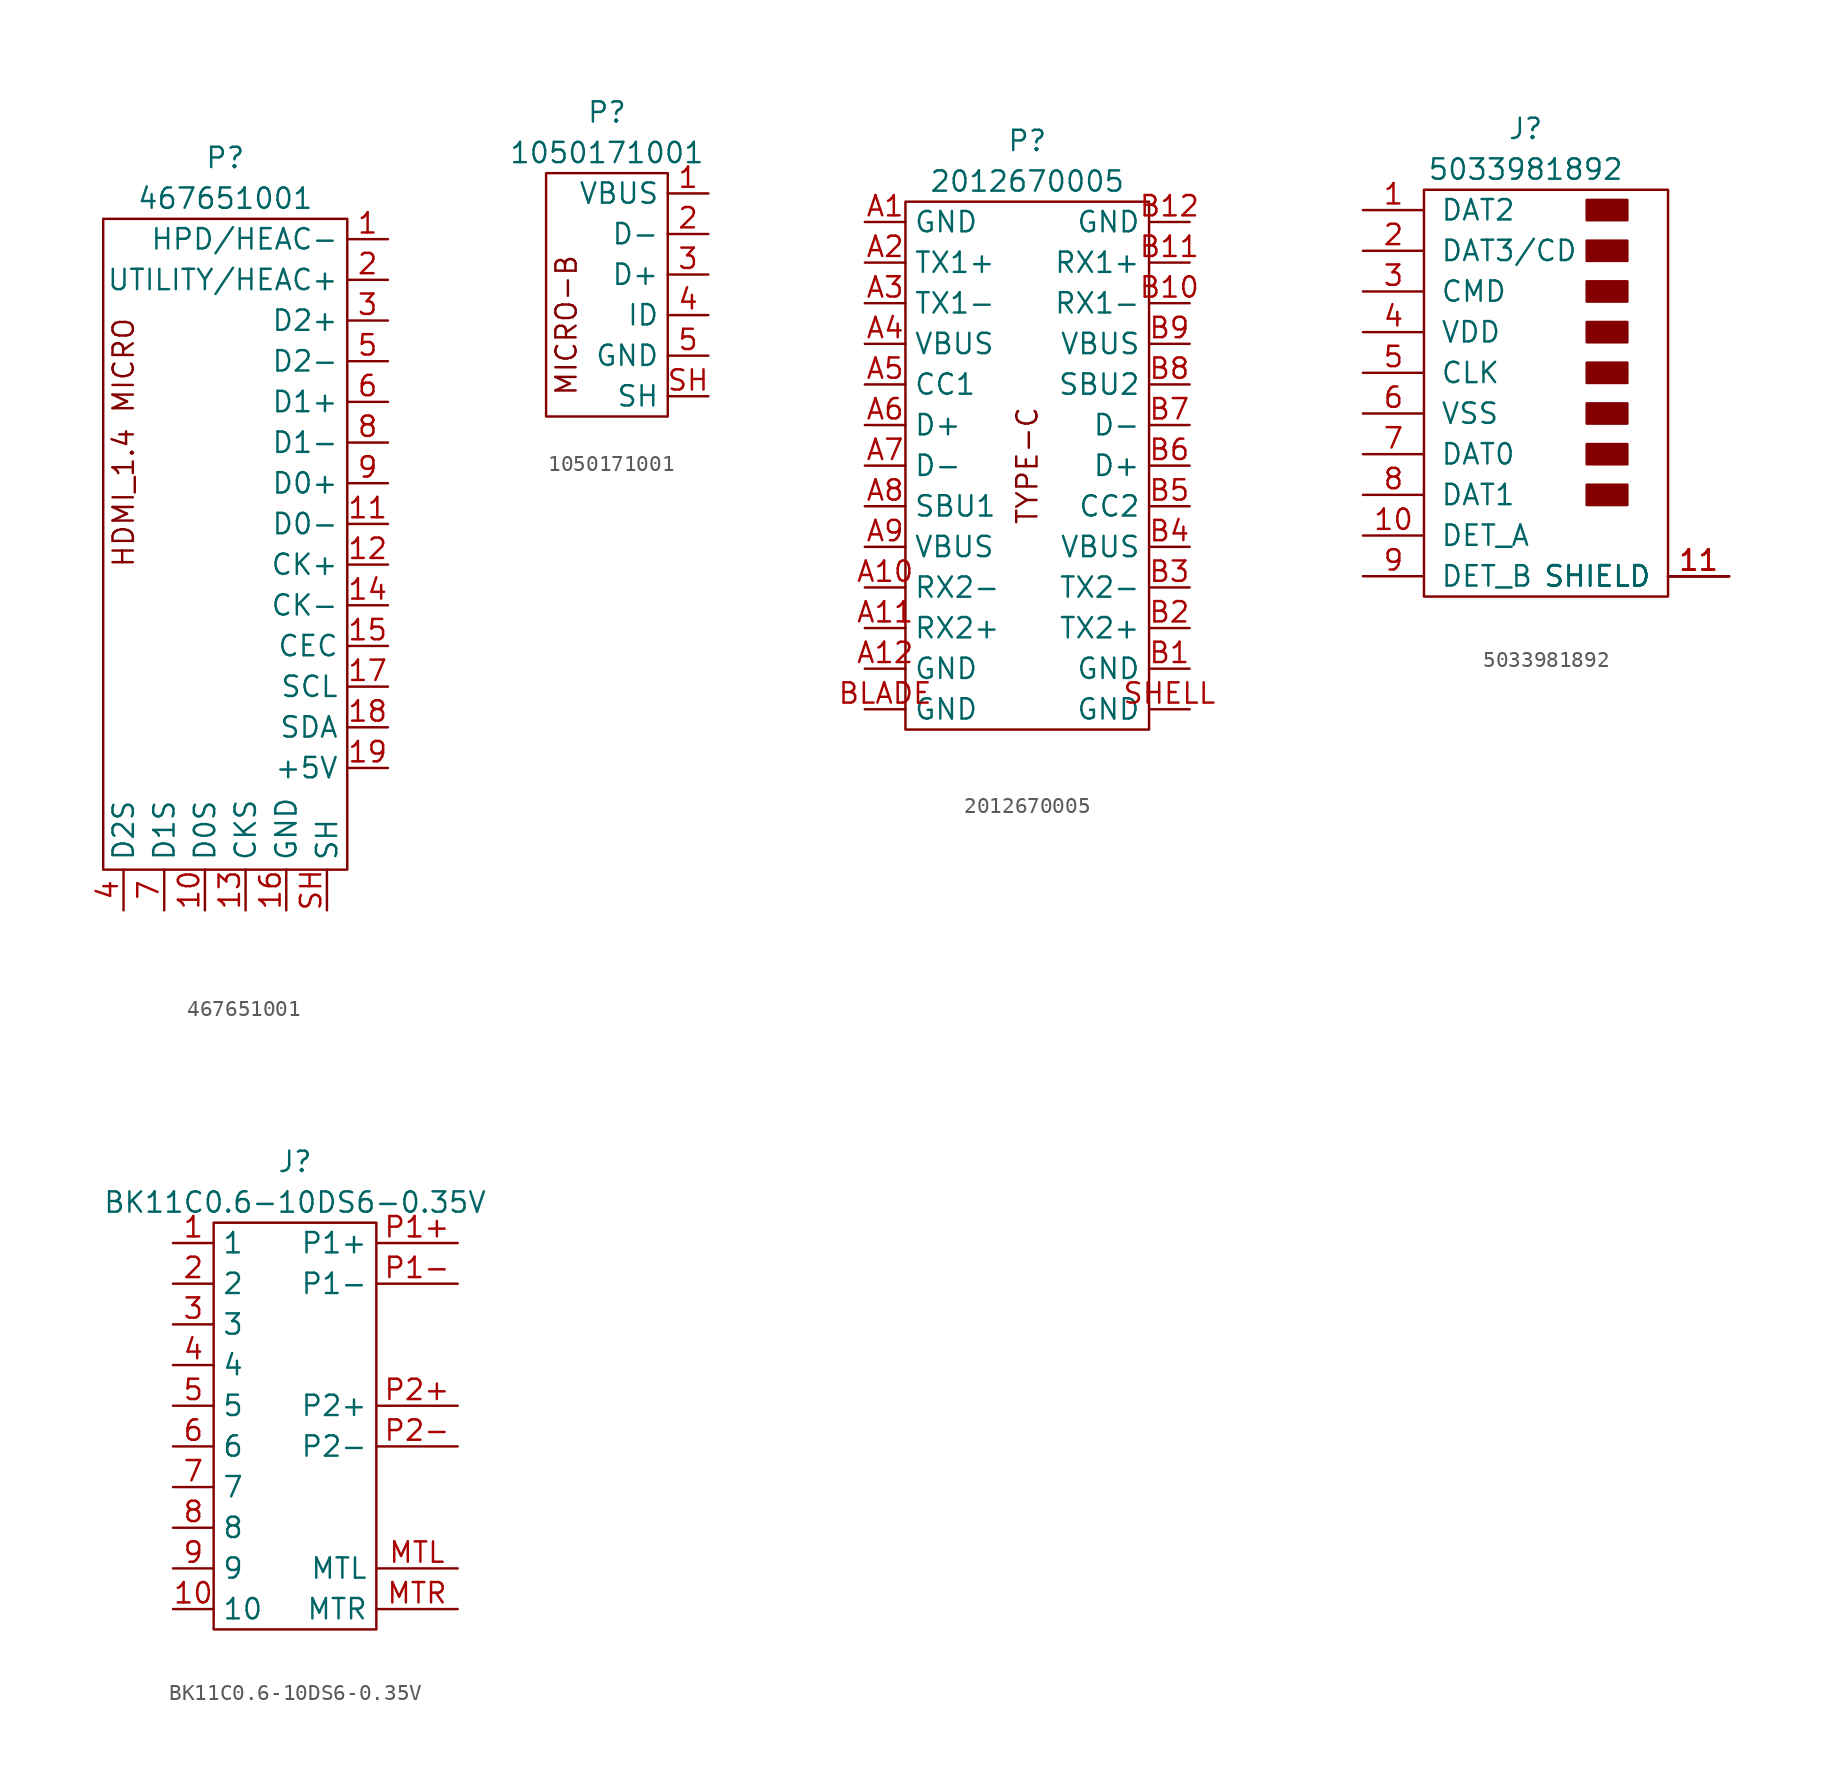
<source format=kicad_sym>
(kicad_symbol_lib
  (version 20220914)
  (generator kicad_symbol_editor)
  (symbol "467651001"
    (property "Reference" "P"
      (at 0 24.13 0)
      (effects (font (size 1.27 1.27))))
    (property "Value" "467651001"
      (at 0 21.59 0)
      (effects (font (size 1.27 1.27))))
    (symbol "467651001_0_1"
      (rectangle (start -7.62 20.32) (end 7.62 -20.32) (stroke (width 0) (type default)) (fill (type none))))
    (symbol "467651001_1_1"
      (text "HDMI_1.4 MICRO" (at -6.35 6.35 900) (effects (font (size 1.27 1.27))))
      (pin passive line (at 10.16 19.05 180) (length 2.54) (name "HPD/HEAC-" (effects (font (size 1.27 1.27)))) (number "1" (effects (font (size 1.27 1.27)))))
      (pin power_in line (at -1.27 -22.86 90) (length 2.54) (name "D0S" (effects (font (size 1.27 1.27)))) (number "10" (effects (font (size 1.27 1.27)))))
      (pin passive line (at 10.16 1.27 180) (length 2.54) (name "D0-" (effects (font (size 1.27 1.27)))) (number "11" (effects (font (size 1.27 1.27)))))
      (pin passive line (at 10.16 -1.27 180) (length 2.54) (name "CK+" (effects (font (size 1.27 1.27)))) (number "12" (effects (font (size 1.27 1.27)))))
      (pin power_in line (at 1.27 -22.86 90) (length 2.54) (name "CKS" (effects (font (size 1.27 1.27)))) (number "13" (effects (font (size 1.27 1.27)))))
      (pin passive line (at 10.16 -3.81 180) (length 2.54) (name "CK-" (effects (font (size 1.27 1.27)))) (number "14" (effects (font (size 1.27 1.27)))))
      (pin bidirectional line (at 10.16 -6.35 180) (length 2.54) (name "CEC" (effects (font (size 1.27 1.27)))) (number "15" (effects (font (size 1.27 1.27)))))
      (pin power_in line (at 3.81 -22.86 90) (length 2.54) (name "GND" (effects (font (size 1.27 1.27)))) (number "16" (effects (font (size 1.27 1.27)))))
      (pin passive line (at 10.16 -8.89 180) (length 2.54) (name "SCL" (effects (font (size 1.27 1.27)))) (number "17" (effects (font (size 1.27 1.27)))))
      (pin bidirectional line (at 10.16 -11.43 180) (length 2.54) (name "SDA" (effects (font (size 1.27 1.27)))) (number "18" (effects (font (size 1.27 1.27)))))
      (pin power_in line (at 10.16 -13.97 180) (length 2.54) (name "+5V" (effects (font (size 1.27 1.27)))) (number "19" (effects (font (size 1.27 1.27)))))
      (pin passive line (at 10.16 16.51 180) (length 2.54) (name "UTILITY/HEAC+" (effects (font (size 1.27 1.27)))) (number "2" (effects (font (size 1.27 1.27)))))
      (pin passive line (at 10.16 13.97 180) (length 2.54) (name "D2+" (effects (font (size 1.27 1.27)))) (number "3" (effects (font (size 1.27 1.27)))))
      (pin power_in line (at -6.35 -22.86 90) (length 2.54) (name "D2S" (effects (font (size 1.27 1.27)))) (number "4" (effects (font (size 1.27 1.27)))))
      (pin passive line (at 10.16 11.43 180) (length 2.54) (name "D2-" (effects (font (size 1.27 1.27)))) (number "5" (effects (font (size 1.27 1.27)))))
      (pin passive line (at 10.16 8.89 180) (length 2.54) (name "D1+" (effects (font (size 1.27 1.27)))) (number "6" (effects (font (size 1.27 1.27)))))
      (pin power_in line (at -3.81 -22.86 90) (length 2.54) (name "D1S" (effects (font (size 1.27 1.27)))) (number "7" (effects (font (size 1.27 1.27)))))
      (pin passive line (at 10.16 6.35 180) (length 2.54) (name "D1-" (effects (font (size 1.27 1.27)))) (number "8" (effects (font (size 1.27 1.27)))))
      (pin passive line (at 10.16 3.81 180) (length 2.54) (name "D0+" (effects (font (size 1.27 1.27)))) (number "9" (effects (font (size 1.27 1.27)))))
      (pin passive line (at 6.35 -22.86 90) (length 2.54) (name "SH" (effects (font (size 1.27 1.27)))) (number "SH" (effects (font (size 1.27 1.27)))))))
  (symbol "1050171001"
    (property "Reference" "P"
      (at 0 11.43 0)
      (effects (font (size 1.27 1.27))))
    (property "Value" "1050171001"
      (at 0 8.89 0)
      (effects (font (size 1.27 1.27))))
    (symbol "1050171001_0_0"
      (pin passive line (at 6.35 -1.27 180) (length 2.54) (name "ID" (effects (font (size 1.27 1.27)))) (number "4" (effects (font (size 1.27 1.27)))))
      (pin passive line (at 6.35 -3.81 180) (length 2.54) (name "GND" (effects (font (size 1.27 1.27)))) (number "5" (effects (font (size 1.27 1.27))))))
    (symbol "1050171001_0_1"
      (rectangle (start -3.81 7.62) (end 3.81 -7.62) (stroke (width 0) (type default)) (fill (type none))))
    (symbol "1050171001_1_0"
      (pin passive line (at 6.35 6.35 180) (length 2.54) (name "VBUS" (effects (font (size 1.27 1.27)))) (number "1" (effects (font (size 1.27 1.27)))))
      (pin passive line (at 6.35 3.81 180) (length 2.54) (name "D-" (effects (font (size 1.27 1.27)))) (number "2" (effects (font (size 1.27 1.27)))))
      (pin passive line (at 6.35 1.27 180) (length 2.54) (name "D+" (effects (font (size 1.27 1.27)))) (number "3" (effects (font (size 1.27 1.27)))))
      (pin passive line (at 6.35 -6.35 180) (length 2.54) (name "SH" (effects (font (size 1.27 1.27)))) (number "SH" (effects (font (size 1.27 1.27))))))
    (symbol "1050171001_1_1"
      (text "MICRO-B" (at -2.54 -1.905 900) (effects (font (size 1.27 1.27))))))
  (symbol "2012670005"
    (property "Reference" "P"
      (at 0 20.32 0)
      (effects (font (size 1.27 1.27))))
    (property "Value" "2012670005"
      (at 0 17.78 0)
      (effects (font (size 1.27 1.27))))
    (symbol "2012670005_0_0"
      (pin passive line (at -10.16 15.24 0) (length 2.54) (name "GND" (effects (font (size 1.27 1.27)))) (number "A1" (effects (font (size 1.27 1.27)))))
      (pin passive line (at -10.16 -7.62 0) (length 2.54) (name "RX2-" (effects (font (size 1.27 1.27)))) (number "A10" (effects (font (size 1.27 1.27)))))
      (pin passive line (at -10.16 -10.16 0) (length 2.54) (name "RX2+" (effects (font (size 1.27 1.27)))) (number "A11" (effects (font (size 1.27 1.27)))))
      (pin passive line (at -10.16 -12.7 0) (length 2.54) (name "GND" (effects (font (size 1.27 1.27)))) (number "A12" (effects (font (size 1.27 1.27)))))
      (pin passive line (at -10.16 12.7 0) (length 2.54) (name "TX1+" (effects (font (size 1.27 1.27)))) (number "A2" (effects (font (size 1.27 1.27)))))
      (pin passive line (at -10.16 10.16 0) (length 2.54) (name "TX1-" (effects (font (size 1.27 1.27)))) (number "A3" (effects (font (size 1.27 1.27)))))
      (pin passive line (at -10.16 7.62 0) (length 2.54) (name "VBUS" (effects (font (size 1.27 1.27)))) (number "A4" (effects (font (size 1.27 1.27)))))
      (pin passive line (at -10.16 5.08 0) (length 2.54) (name "CC1" (effects (font (size 1.27 1.27)))) (number "A5" (effects (font (size 1.27 1.27)))))
      (pin passive line (at -10.16 2.54 0) (length 2.54) (name "D+" (effects (font (size 1.27 1.27)))) (number "A6" (effects (font (size 1.27 1.27)))))
      (pin passive line (at -10.16 0 0) (length 2.54) (name "D-" (effects (font (size 1.27 1.27)))) (number "A7" (effects (font (size 1.27 1.27)))))
      (pin passive line (at -10.16 -2.54 0) (length 2.54) (name "SBU1" (effects (font (size 1.27 1.27)))) (number "A8" (effects (font (size 1.27 1.27)))))
      (pin passive line (at -10.16 -5.08 0) (length 2.54) (name "VBUS" (effects (font (size 1.27 1.27)))) (number "A9" (effects (font (size 1.27 1.27)))))
      (pin passive line (at 10.16 -12.7 180) (length 2.54) (name "GND" (effects (font (size 1.27 1.27)))) (number "B1" (effects (font (size 1.27 1.27)))))
      (pin passive line (at 10.16 10.16 180) (length 2.54) (name "RX1-" (effects (font (size 1.27 1.27)))) (number "B10" (effects (font (size 1.27 1.27)))))
      (pin passive line (at 10.16 12.7 180) (length 2.54) (name "RX1+" (effects (font (size 1.27 1.27)))) (number "B11" (effects (font (size 1.27 1.27)))))
      (pin passive line (at 10.16 15.24 180) (length 2.54) (name "GND" (effects (font (size 1.27 1.27)))) (number "B12" (effects (font (size 1.27 1.27)))))
      (pin passive line (at 10.16 -10.16 180) (length 2.54) (name "TX2+" (effects (font (size 1.27 1.27)))) (number "B2" (effects (font (size 1.27 1.27)))))
      (pin passive line (at 10.16 -7.62 180) (length 2.54) (name "TX2-" (effects (font (size 1.27 1.27)))) (number "B3" (effects (font (size 1.27 1.27)))))
      (pin passive line (at 10.16 -5.08 180) (length 2.54) (name "VBUS" (effects (font (size 1.27 1.27)))) (number "B4" (effects (font (size 1.27 1.27)))))
      (pin passive line (at 10.16 -2.54 180) (length 2.54) (name "CC2" (effects (font (size 1.27 1.27)))) (number "B5" (effects (font (size 1.27 1.27)))))
      (pin passive line (at 10.16 0 180) (length 2.54) (name "D+" (effects (font (size 1.27 1.27)))) (number "B6" (effects (font (size 1.27 1.27)))))
      (pin passive line (at 10.16 2.54 180) (length 2.54) (name "D-" (effects (font (size 1.27 1.27)))) (number "B7" (effects (font (size 1.27 1.27)))))
      (pin passive line (at 10.16 5.08 180) (length 2.54) (name "SBU2" (effects (font (size 1.27 1.27)))) (number "B8" (effects (font (size 1.27 1.27)))))
      (pin passive line (at 10.16 7.62 180) (length 2.54) (name "VBUS" (effects (font (size 1.27 1.27)))) (number "B9" (effects (font (size 1.27 1.27)))))
      (pin passive line (at -10.16 -15.24 0) (length 2.54) (name "GND" (effects (font (size 1.27 1.27)))) (number "BLADE" (effects (font (size 1.27 1.27)))))
      (pin passive line (at 10.16 -15.24 180) (length 2.54) (name "GND" (effects (font (size 1.27 1.27)))) (number "SHELL" (effects (font (size 1.27 1.27))))))
    (symbol "2012670005_0_1"
      (rectangle (start -7.62 16.51) (end 7.62 -16.51) (stroke (width 0) (type default)) (fill (type none))))
    (symbol "2012670005_1_1"
      (text "TYPE-C" (at 0 0 900) (effects (font (size 1.27 1.27))))))
  (symbol "5033981892"
    (pin_names
      (offset 1.016))
    (property "Reference" "J"
      (at 0 16.51 0)
      (effects (font (size 1.27 1.27))))
    (property "Value" "5033981892"
      (at 0 13.97 0)
      (effects (font (size 1.27 1.27))))
    (symbol "5033981892_0_1"
      (rectangle (start -6.35 12.7) (end 8.89 -12.7) (stroke (width 0) (type default)) (fill (type none)))
      (rectangle (start 3.81 -5.715) (end 6.35 -6.985) (stroke (width 0) (type default)) (fill (type outline)))
      (rectangle (start 3.81 -3.175) (end 6.35 -4.445) (stroke (width 0) (type default)) (fill (type outline)))
      (rectangle (start 3.81 -0.635) (end 6.35 -1.905) (stroke (width 0) (type default)) (fill (type outline)))
      (rectangle (start 3.81 1.905) (end 6.35 0.635) (stroke (width 0) (type default)) (fill (type outline)))
      (rectangle (start 3.81 4.445) (end 6.35 3.175) (stroke (width 0) (type default)) (fill (type outline)))
      (rectangle (start 3.81 6.985) (end 6.35 5.715) (stroke (width 0) (type default)) (fill (type outline)))
      (rectangle (start 3.81 9.525) (end 6.35 8.255) (stroke (width 0) (type default)) (fill (type outline)))
      (rectangle (start 3.81 12.065) (end 6.35 10.795) (stroke (width 0) (type default)) (fill (type outline))))
    (symbol "5033981892_1_1"
      (pin bidirectional line (at -10.16 11.43 0) (length 3.81) (name "DAT2" (effects (font (size 1.27 1.27)))) (number "1" (effects (font (size 1.27 1.27)))))
      (pin passive line (at -10.16 -8.89 0) (length 3.81) (name "DET_A" (effects (font (size 1.27 1.27)))) (number "10" (effects (font (size 1.27 1.27)))))
      (pin passive line (at 12.7 -11.43 180) (length 3.81) (name "SHIELD" (effects (font (size 1.27 1.27)))) (number "11" (effects (font (size 1.27 1.27)))))
      (pin passive line (at 12.7 -11.43 180) (length 3.81) (name "SHIELD" (effects (font (size 1.27 1.27)))) (number "11" (effects (font (size 1.27 1.27)))))
      (pin passive line (at 12.7 -11.43 180) (length 3.81) (name "SHIELD" (effects (font (size 1.27 1.27)))) (number "11" (effects (font (size 1.27 1.27)))))
      (pin passive line (at 12.7 -11.43 180) (length 3.81) (name "SHIELD" (effects (font (size 1.27 1.27)))) (number "11" (effects (font (size 1.27 1.27)))))
      (pin bidirectional line (at -10.16 8.89 0) (length 3.81) (name "DAT3/CD" (effects (font (size 1.27 1.27)))) (number "2" (effects (font (size 1.27 1.27)))))
      (pin input line (at -10.16 6.35 0) (length 3.81) (name "CMD" (effects (font (size 1.27 1.27)))) (number "3" (effects (font (size 1.27 1.27)))))
      (pin power_in line (at -10.16 3.81 0) (length 3.81) (name "VDD" (effects (font (size 1.27 1.27)))) (number "4" (effects (font (size 1.27 1.27)))))
      (pin input line (at -10.16 1.27 0) (length 3.81) (name "CLK" (effects (font (size 1.27 1.27)))) (number "5" (effects (font (size 1.27 1.27)))))
      (pin power_in line (at -10.16 -1.27 0) (length 3.81) (name "VSS" (effects (font (size 1.27 1.27)))) (number "6" (effects (font (size 1.27 1.27)))))
      (pin bidirectional line (at -10.16 -3.81 0) (length 3.81) (name "DAT0" (effects (font (size 1.27 1.27)))) (number "7" (effects (font (size 1.27 1.27)))))
      (pin bidirectional line (at -10.16 -6.35 0) (length 3.81) (name "DAT1" (effects (font (size 1.27 1.27)))) (number "8" (effects (font (size 1.27 1.27)))))
      (pin passive line (at -10.16 -11.43 0) (length 3.81) (name "DET_B" (effects (font (size 1.27 1.27)))) (number "9" (effects (font (size 1.27 1.27)))))))
  (symbol "BK11C0.6-10DS6-0.35V"
    (property "Reference" "J"
      (at 0 16.51 0)
      (effects (font (size 1.27 1.27))))
    (property "Value" "BK11C0.6-10DS6-0.35V"
      (at 0 13.97 0)
      (effects (font (size 1.27 1.27))))
    (symbol "BK11C0.6-10DS6-0.35V_0_0"
      (pin passive line (at -7.62 11.43 0) (length 2.54) (name "1" (effects (font (size 1.27 1.27)))) (number "1" (effects (font (size 1.27 1.27)))))
      (pin passive line (at -7.62 -11.43 0) (length 2.54) (name "10" (effects (font (size 1.27 1.27)))) (number "10" (effects (font (size 1.27 1.27)))))
      (pin passive line (at -7.62 8.89 0) (length 2.54) (name "2" (effects (font (size 1.27 1.27)))) (number "2" (effects (font (size 1.27 1.27)))))
      (pin passive line (at -7.62 6.35 0) (length 2.54) (name "3" (effects (font (size 1.27 1.27)))) (number "3" (effects (font (size 1.27 1.27)))))
      (pin passive line (at -7.62 3.81 0) (length 2.54) (name "4" (effects (font (size 1.27 1.27)))) (number "4" (effects (font (size 1.27 1.27)))))
      (pin passive line (at -7.62 1.27 0) (length 2.54) (name "5" (effects (font (size 1.27 1.27)))) (number "5" (effects (font (size 1.27 1.27)))))
      (pin passive line (at -7.62 -1.27 0) (length 2.54) (name "6" (effects (font (size 1.27 1.27)))) (number "6" (effects (font (size 1.27 1.27)))))
      (pin passive line (at -7.62 -3.81 0) (length 2.54) (name "7" (effects (font (size 1.27 1.27)))) (number "7" (effects (font (size 1.27 1.27)))))
      (pin passive line (at -7.62 -6.35 0) (length 2.54) (name "8" (effects (font (size 1.27 1.27)))) (number "8" (effects (font (size 1.27 1.27)))))
      (pin passive line (at -7.62 -8.89 0) (length 2.54) (name "9" (effects (font (size 1.27 1.27)))) (number "9" (effects (font (size 1.27 1.27))))))
    (symbol "BK11C0.6-10DS6-0.35V_0_1"
      (rectangle (start -5.08 -12.7) (end 5.08 12.7) (stroke (width 0) (type default)) (fill (type none))))
    (symbol "BK11C0.6-10DS6-0.35V_1_0"
      (pin passive line (at 10.16 -8.89 180) (length 5.08) (name "MTL" (effects (font (size 1.27 1.27)))) (number "MTL" (effects (font (size 1.27 1.27)))))
      (pin passive line (at 10.16 -11.43 180) (length 5.08) (name "MTR" (effects (font (size 1.27 1.27)))) (number "MTR" (effects (font (size 1.27 1.27)))))
      (pin passive line (at 10.16 11.43 180) (length 5.08) (name "P1+" (effects (font (size 1.27 1.27)))) (number "P1+" (effects (font (size 1.27 1.27)))))
      (pin passive line (at 10.16 8.89 180) (length 5.08) (name "P1-" (effects (font (size 1.27 1.27)))) (number "P1-" (effects (font (size 1.27 1.27)))))
      (pin passive line (at 10.16 1.27 180) (length 5.08) (name "P2+" (effects (font (size 1.27 1.27)))) (number "P2+" (effects (font (size 1.27 1.27)))))
      (pin passive line (at 10.16 -1.27 180) (length 5.08) (name "P2-" (effects (font (size 1.27 1.27)))) (number "P2-" (effects (font (size 1.27 1.27))))))))
</source>
